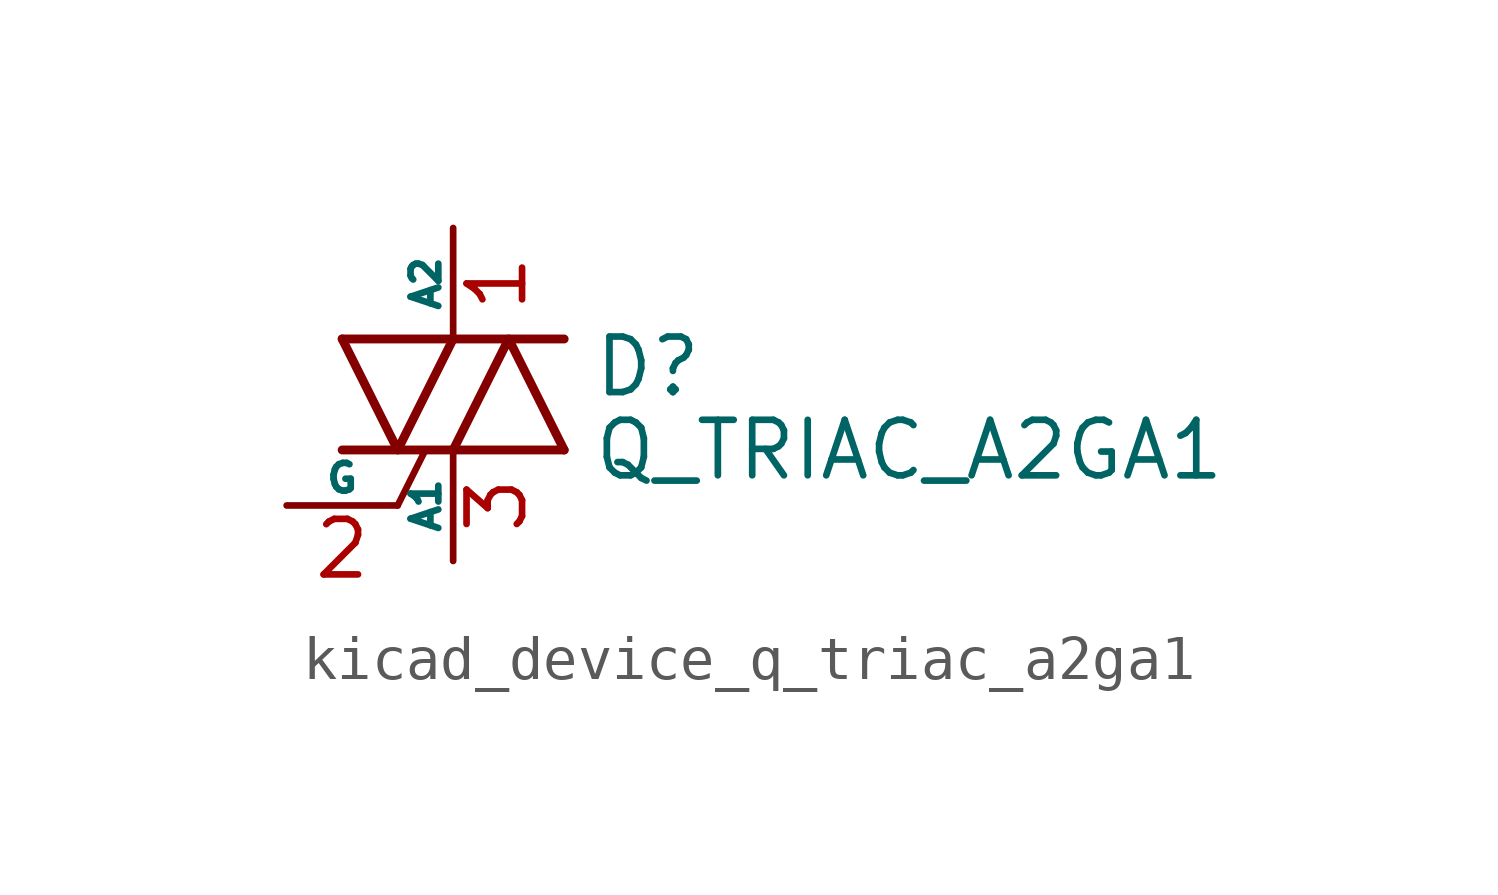
<source format=kicad_sym>
(kicad_symbol_lib
  (version 20220914)
  (generator kicad_symbol_editor)
  (symbol "kicad_device_q_triac_a2ga1"
    (pin_names
      (offset 0))
    (property "Reference" "D"
      (at 3.175 0.635 0)
      (effects (font (size 1.27 1.27)) (justify left)))
    (property "Value" "Q_TRIAC_A2GA1"
      (at 3.175 -1.27 0)
      (effects (font (size 1.27 1.27)) (justify left)))
    (symbol "kicad_device_q_triac_a2ga1_0_1"
      (polyline (pts (xy -2.54 -1.27) (xy 2.54 -1.27)) (stroke (width 0.203) (type default)) (fill (type none)))
      (polyline (pts (xy -2.54 1.27) (xy 2.54 1.27)) (stroke (width 0.203) (type default)) (fill (type none)))
      (polyline (pts (xy -1.27 -2.54) (xy -0.635 -1.27)) (stroke (width 0) (type default)) (fill (type none)))
      (polyline (pts (xy -2.54 1.27) (xy -1.27 -1.27) (xy 0 1.27)) (stroke (width 0.203) (type default)) (fill (type none)))
      (polyline (pts (xy 0 -1.27) (xy 1.27 1.27) (xy 2.54 -1.27)) (stroke (width 0.203) (type default)) (fill (type none))))
    (symbol "kicad_device_q_triac_a2ga1_1_1"
      (pin passive line (at 0 3.81 270) (length 2.54) (name "A2" (effects (font (size 0.635 0.635)))) (number "1" (effects (font (size 1.27 1.27)))))
      (pin input line (at -3.81 -2.54 0) (length 2.54) (name "G" (effects (font (size 0.635 0.635)))) (number "2" (effects (font (size 1.27 1.27)))))
      (pin passive line (at 0 -3.81 90) (length 2.54) (name "A1" (effects (font (size 0.635 0.635)))) (number "3" (effects (font (size 1.27 1.27))))))))
</source>
